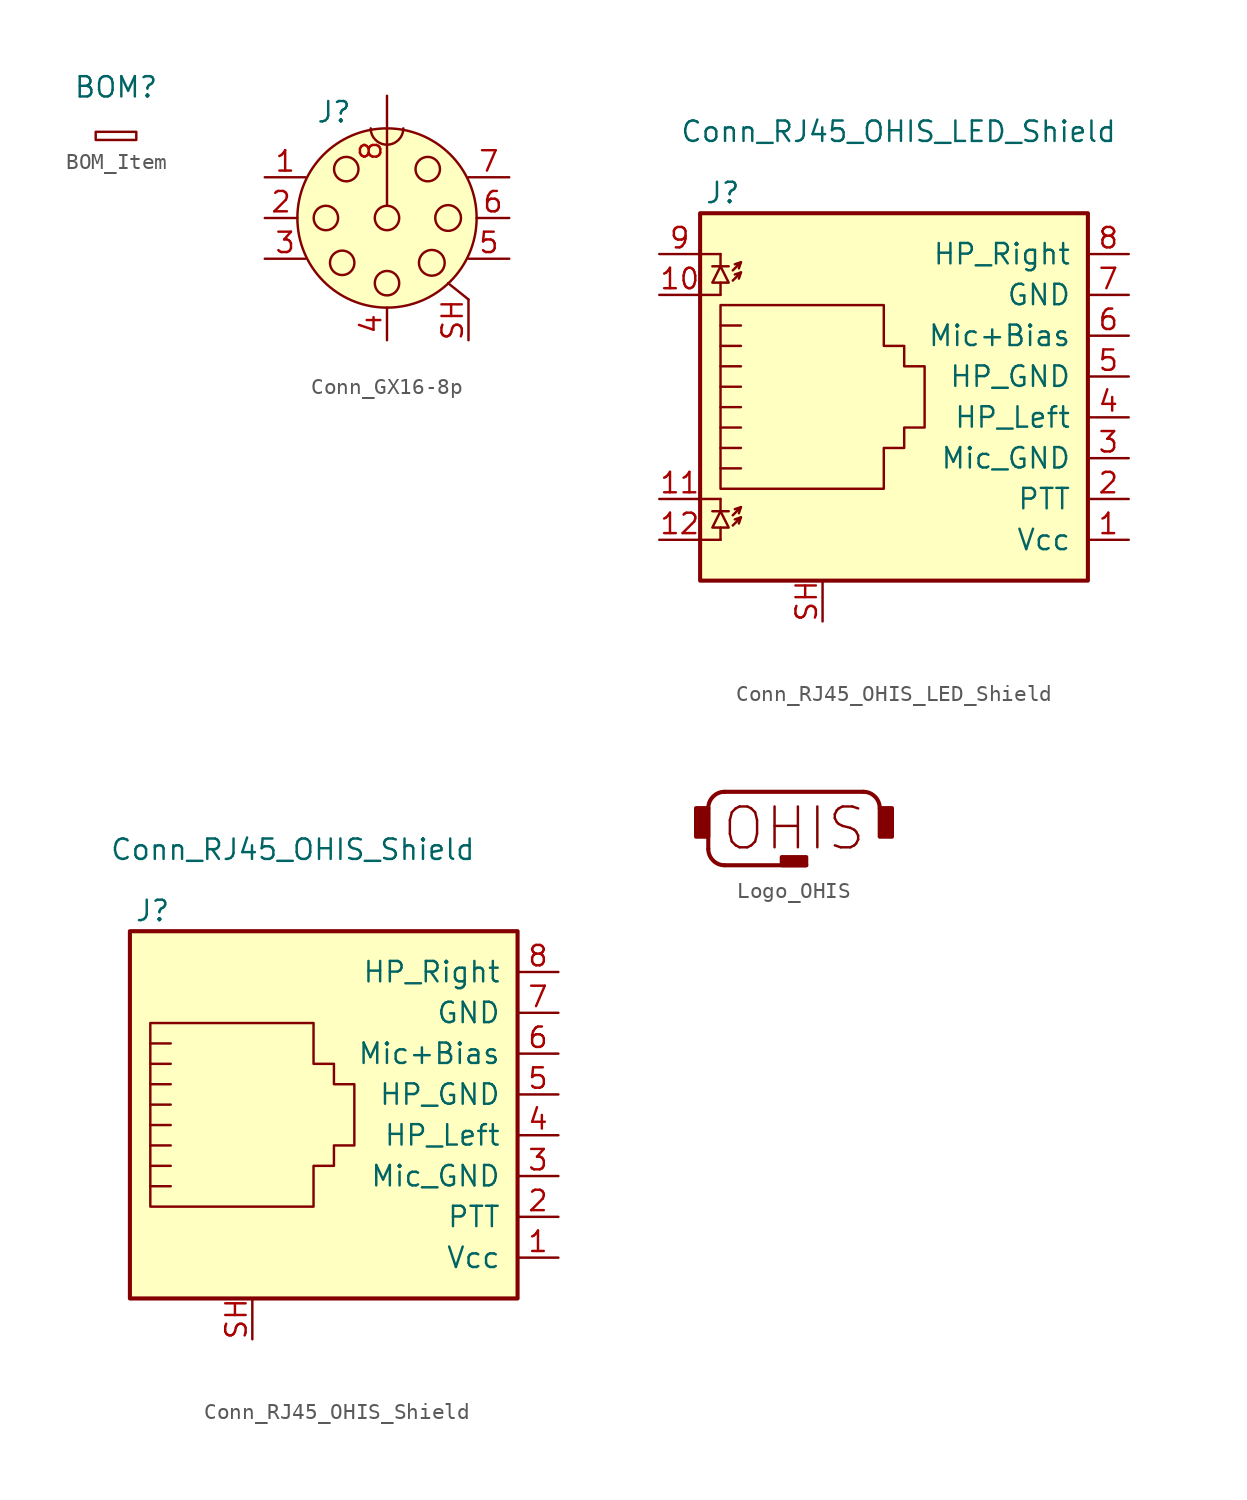
<source format=kicad_sym>
(kicad_symbol_lib
  (version 20231120)
  (generator "kicad_symbol_editor")
  (generator_version "8.0")
  (symbol "BOM_Item"
    (pin_numbers hide)
    (pin_names
      (offset 0) hide)
    (property "Reference" "BOM"
      (at 0 1.778 0)
      (effects (font (size 1.27 1.27))))
    (property "Value" ""
      (at 0 0 0)
      (effects (font (size 1.27 1.27))))
    (symbol "BOM_Item_0_1"
      (rectangle (start -1.27 -1.016) (end 1.27 -1.524) (stroke (width 0) (type default)) (fill (type none)))))
  (symbol "Conn_GX16-8p"
    (property "Reference" "J"
      (at -3.302 6.604 0)
      (effects (font (size 1.27 1.27))))
    (property "Value" ""
      (at 0 0 0)
      (effects (font (size 1.27 1.27))))
    (symbol "Conn_GX16-8p_0_1"
      (circle (center -3.81 0) (radius 0.762) (stroke (width 0) (type default)) (fill (type none)))
      (circle (center -2.794 -2.794) (radius 0.762) (stroke (width 0) (type default)) (fill (type none)))
      (circle (center -2.54 3.048) (radius 0.762) (stroke (width 0) (type default)) (fill (type none)))
      (arc (start -1.016 5.588) (mid 0 4.572) (end 1.016 5.588) (stroke (width 0) (type default)) (fill (type none)))
      (circle (center 0 -4.064) (radius 0.762) (stroke (width 0) (type default)) (fill (type none)))
      (polyline (pts (xy 5.08 -5.08) (xy 3.81 -4.064)) (stroke (width 0) (type default)) (fill (type none)))
      (circle (center 0 0) (radius 0.762) (stroke (width 0) (type default)) (fill (type none)))
      (circle (center 2.54 3.048) (radius 0.762) (stroke (width 0) (type default)) (fill (type none)))
      (circle (center 2.794 -2.794) (radius 0.803) (stroke (width 0) (type default)) (fill (type none)))
      (circle (center 3.81 0) (radius 0.803) (stroke (width 0) (type default)) (fill (type none))))
    (symbol "Conn_GX16-8p_1_1"
      (circle (center 0 0) (radius 5.588) (stroke (width 0) (type default)) (fill (type background)))
      (pin input line (at -7.62 2.54 0) (length 2.54) (name "" (effects (font (size 1.27 1.27)))) (number "1" (effects (font (size 1.27 1.27)))))
      (pin input line (at -7.62 0 0) (length 2.032) (name "" (effects (font (size 1.27 1.27)))) (number "2" (effects (font (size 1.27 1.27)))))
      (pin input line (at -7.62 -2.54 0) (length 2.54) (name "" (effects (font (size 1.27 1.27)))) (number "3" (effects (font (size 1.27 1.27)))))
      (pin input line (at 0 -7.62 90) (length 2.032) (name "" (effects (font (size 1.27 1.27)))) (number "4" (effects (font (size 1.27 1.27)))))
      (pin input line (at 7.62 -2.54 180) (length 2.54) (name "" (effects (font (size 1.27 1.27)))) (number "5" (effects (font (size 1.27 1.27)))))
      (pin input line (at 7.62 0 180) (length 2.032) (name "" (effects (font (size 1.27 1.27)))) (number "6" (effects (font (size 1.27 1.27)))))
      (pin input line (at 7.62 2.54 180) (length 2.54) (name "" (effects (font (size 1.27 1.27)))) (number "7" (effects (font (size 1.27 1.27)))))
      (pin input line (at 0 7.62 270) (length 6.858) (name "" (effects (font (size 1.27 1.27)))) (number "8" (effects (font (size 1.27 1.27)))))
      (pin input line (at 5.08 -7.62 90) (length 2.54) (name "" (effects (font (size 1.27 1.27)))) (number "SH" (effects (font (size 1.27 1.27)))))))
  (symbol "Conn_RJ45_OHIS_LED_Shield"
    (pin_names
      (offset 1.016))
    (property "Reference" "J"
      (at -5.08 13.97 0)
      (effects (font (size 1.27 1.27)) (justify right)))
    (property "Value" "Conn_RJ45_OHIS_LED_Shield"
      (at -8.89 17.78 0)
      (effects (font (size 1.27 1.27)) (justify left)))
    (symbol "Conn_RJ45_OHIS_LED_Shield_0_1"
      (rectangle (start -7.62 12.7) (end 16.51 -10.16) (stroke (width 0.254) (type default)) (fill (type background)))
      (polyline (pts (xy -7.62 -7.62) (xy -6.35 -7.62)) (stroke (width 0) (type default)) (fill (type none)))
      (polyline (pts (xy -7.62 -5.08) (xy -6.35 -5.08)) (stroke (width 0) (type default)) (fill (type none)))
      (polyline (pts (xy -7.62 7.62) (xy -6.35 7.62)) (stroke (width 0) (type default)) (fill (type none)))
      (polyline (pts (xy -7.62 10.16) (xy -6.35 10.16)) (stroke (width 0) (type default)) (fill (type none)))
      (polyline (pts (xy -6.858 -5.842) (xy -5.842 -5.842)) (stroke (width 0) (type default)) (fill (type none)))
      (polyline (pts (xy -6.858 9.398) (xy -5.842 9.398)) (stroke (width 0) (type default)) (fill (type none)))
      (polyline (pts (xy -6.35 -7.62) (xy -6.35 -6.858)) (stroke (width 0) (type default)) (fill (type none)))
      (polyline (pts (xy -6.35 -5.08) (xy -6.35 -5.842)) (stroke (width 0) (type default)) (fill (type none)))
      (polyline (pts (xy -6.35 7.62) (xy -6.35 8.382)) (stroke (width 0) (type default)) (fill (type none)))
      (polyline (pts (xy -6.35 10.16) (xy -6.35 9.398)) (stroke (width 0) (type default)) (fill (type none)))
      (polyline (pts (xy -5.08 -6.223) (xy -5.207 -6.604)) (stroke (width 0) (type default)) (fill (type none)))
      (polyline (pts (xy -5.08 -5.588) (xy -5.207 -5.969)) (stroke (width 0) (type default)) (fill (type none)))
      (polyline (pts (xy -5.08 4.445) (xy -6.35 4.445)) (stroke (width 0) (type default)) (fill (type none)))
      (polyline (pts (xy -5.08 5.715) (xy -6.35 5.715)) (stroke (width 0) (type default)) (fill (type none)))
      (polyline (pts (xy -5.08 9.017) (xy -5.207 8.636)) (stroke (width 0) (type default)) (fill (type none)))
      (polyline (pts (xy -5.08 9.652) (xy -5.207 9.271)) (stroke (width 0) (type default)) (fill (type none)))
      (polyline (pts (xy -6.35 -3.175) (xy -5.08 -3.175) (xy -5.08 -3.175)) (stroke (width 0) (type default)) (fill (type none)))
      (polyline (pts (xy -6.35 -1.905) (xy -5.08 -1.905) (xy -5.08 -1.905)) (stroke (width 0) (type default)) (fill (type none)))
      (polyline (pts (xy -6.35 -0.635) (xy -5.08 -0.635) (xy -5.08 -0.635)) (stroke (width 0) (type default)) (fill (type none)))
      (polyline (pts (xy -6.35 0.635) (xy -5.08 0.635) (xy -5.08 0.635)) (stroke (width 0) (type default)) (fill (type none)))
      (polyline (pts (xy -6.35 1.905) (xy -5.08 1.905) (xy -5.08 1.905)) (stroke (width 0) (type default)) (fill (type none)))
      (polyline (pts (xy -5.588 -6.731) (xy -5.08 -6.223) (xy -5.461 -6.35)) (stroke (width 0) (type default)) (fill (type none)))
      (polyline (pts (xy -5.588 -6.096) (xy -5.08 -5.588) (xy -5.461 -5.715)) (stroke (width 0) (type default)) (fill (type none)))
      (polyline (pts (xy -5.588 8.509) (xy -5.08 9.017) (xy -5.461 8.89)) (stroke (width 0) (type default)) (fill (type none)))
      (polyline (pts (xy -5.588 9.144) (xy -5.08 9.652) (xy -5.461 9.525)) (stroke (width 0) (type default)) (fill (type none)))
      (polyline (pts (xy -5.08 3.175) (xy -6.35 3.175) (xy -6.35 3.175)) (stroke (width 0) (type default)) (fill (type none)))
      (polyline (pts (xy -6.35 -5.842) (xy -6.858 -6.858) (xy -5.842 -6.858) (xy -6.35 -5.842)) (stroke (width 0) (type default)) (fill (type none)))
      (polyline (pts (xy -6.35 9.398) (xy -6.858 8.382) (xy -5.842 8.382) (xy -6.35 9.398)) (stroke (width 0) (type default)) (fill (type none)))
      (polyline (pts (xy -6.35 -4.445) (xy -6.35 6.985) (xy 3.81 6.985) (xy 3.81 4.445) (xy 5.08 4.445) (xy 5.08 3.175) (xy 6.35 3.175) (xy 6.35 -0.635) (xy 5.08 -0.635) (xy 5.08 -1.905) (xy 3.81 -1.905) (xy 3.81 -4.445) (xy -6.35 -4.445) (xy -6.35 -4.445)) (stroke (width 0) (type default)) (fill (type none))))
    (symbol "Conn_RJ45_OHIS_LED_Shield_1_1"
      (pin passive line (at 19.05 -7.62 180) (length 2.54) (name "Vcc" (effects (font (size 1.27 1.27)))) (number "1" (effects (font (size 1.27 1.27)))))
      (pin passive line (at -10.16 7.62 0) (length 2.54) (name "~" (effects (font (size 1.27 1.27)))) (number "10" (effects (font (size 1.27 1.27)))))
      (pin passive line (at -10.16 -5.08 0) (length 2.54) (name "~" (effects (font (size 1.27 1.27)))) (number "11" (effects (font (size 1.27 1.27)))))
      (pin passive line (at -10.16 -7.62 0) (length 2.54) (name "~" (effects (font (size 1.27 1.27)))) (number "12" (effects (font (size 1.27 1.27)))))
      (pin passive line (at 19.05 -5.08 180) (length 2.54) (name "PTT" (effects (font (size 1.27 1.27)))) (number "2" (effects (font (size 1.27 1.27)))))
      (pin passive line (at 19.05 -2.54 180) (length 2.54) (name "Mic_GND" (effects (font (size 1.27 1.27)))) (number "3" (effects (font (size 1.27 1.27)))))
      (pin passive line (at 19.05 0 180) (length 2.54) (name "HP_Left" (effects (font (size 1.27 1.27)))) (number "4" (effects (font (size 1.27 1.27)))))
      (pin passive line (at 19.05 2.54 180) (length 2.54) (name "HP_GND" (effects (font (size 1.27 1.27)))) (number "5" (effects (font (size 1.27 1.27)))))
      (pin passive line (at 19.05 5.08 180) (length 2.54) (name "Mic+Bias" (effects (font (size 1.27 1.27)))) (number "6" (effects (font (size 1.27 1.27)))))
      (pin passive line (at 19.05 7.62 180) (length 2.54) (name "GND" (effects (font (size 1.27 1.27)))) (number "7" (effects (font (size 1.27 1.27)))))
      (pin passive line (at 19.05 10.16 180) (length 2.54) (name "HP_Right" (effects (font (size 1.27 1.27)))) (number "8" (effects (font (size 1.27 1.27)))))
      (pin passive line (at -10.16 10.16 0) (length 2.54) (name "~" (effects (font (size 1.27 1.27)))) (number "9" (effects (font (size 1.27 1.27)))))
      (pin passive line (at 0 -12.7 90) (length 2.54) (name "~" (effects (font (size 1.27 1.27)))) (number "SH" (effects (font (size 1.27 1.27)))))))
  (symbol "Conn_RJ45_OHIS_Shield"
    (pin_names
      (offset 1.016))
    (property "Reference" "J"
      (at -5.08 13.97 0)
      (effects (font (size 1.27 1.27)) (justify right)))
    (property "Value" "Conn_RJ45_OHIS_Shield"
      (at -8.89 17.78 0)
      (effects (font (size 1.27 1.27)) (justify left)))
    (symbol "Conn_RJ45_OHIS_Shield_0_1"
      (rectangle (start -7.62 12.7) (end 16.51 -10.16) (stroke (width 0.254) (type default)) (fill (type background)))
      (polyline (pts (xy -5.08 4.445) (xy -6.35 4.445)) (stroke (width 0) (type default)) (fill (type none)))
      (polyline (pts (xy -5.08 5.715) (xy -6.35 5.715)) (stroke (width 0) (type default)) (fill (type none)))
      (polyline (pts (xy -6.35 -3.175) (xy -5.08 -3.175) (xy -5.08 -3.175)) (stroke (width 0) (type default)) (fill (type none)))
      (polyline (pts (xy -6.35 -1.905) (xy -5.08 -1.905) (xy -5.08 -1.905)) (stroke (width 0) (type default)) (fill (type none)))
      (polyline (pts (xy -6.35 -0.635) (xy -5.08 -0.635) (xy -5.08 -0.635)) (stroke (width 0) (type default)) (fill (type none)))
      (polyline (pts (xy -6.35 0.635) (xy -5.08 0.635) (xy -5.08 0.635)) (stroke (width 0) (type default)) (fill (type none)))
      (polyline (pts (xy -6.35 1.905) (xy -5.08 1.905) (xy -5.08 1.905)) (stroke (width 0) (type default)) (fill (type none)))
      (polyline (pts (xy -5.08 3.175) (xy -6.35 3.175) (xy -6.35 3.175)) (stroke (width 0) (type default)) (fill (type none)))
      (polyline (pts (xy -6.35 -4.445) (xy -6.35 6.985) (xy 3.81 6.985) (xy 3.81 4.445) (xy 5.08 4.445) (xy 5.08 3.175) (xy 6.35 3.175) (xy 6.35 -0.635) (xy 5.08 -0.635) (xy 5.08 -1.905) (xy 3.81 -1.905) (xy 3.81 -4.445) (xy -6.35 -4.445) (xy -6.35 -4.445)) (stroke (width 0) (type default)) (fill (type none))))
    (symbol "Conn_RJ45_OHIS_Shield_1_1"
      (pin passive line (at 19.05 -7.62 180) (length 2.54) (name "Vcc" (effects (font (size 1.27 1.27)))) (number "1" (effects (font (size 1.27 1.27)))))
      (pin passive line (at 19.05 -5.08 180) (length 2.54) (name "PTT" (effects (font (size 1.27 1.27)))) (number "2" (effects (font (size 1.27 1.27)))))
      (pin passive line (at 19.05 -2.54 180) (length 2.54) (name "Mic_GND" (effects (font (size 1.27 1.27)))) (number "3" (effects (font (size 1.27 1.27)))))
      (pin passive line (at 19.05 0 180) (length 2.54) (name "HP_Left" (effects (font (size 1.27 1.27)))) (number "4" (effects (font (size 1.27 1.27)))))
      (pin passive line (at 19.05 2.54 180) (length 2.54) (name "HP_GND" (effects (font (size 1.27 1.27)))) (number "5" (effects (font (size 1.27 1.27)))))
      (pin passive line (at 19.05 5.08 180) (length 2.54) (name "Mic+Bias" (effects (font (size 1.27 1.27)))) (number "6" (effects (font (size 1.27 1.27)))))
      (pin passive line (at 19.05 7.62 180) (length 2.54) (name "GND" (effects (font (size 1.27 1.27)))) (number "7" (effects (font (size 1.27 1.27)))))
      (pin passive line (at 19.05 10.16 180) (length 2.54) (name "HP_Right" (effects (font (size 1.27 1.27)))) (number "8" (effects (font (size 1.27 1.27)))))
      (pin passive line (at 0 -12.7 90) (length 2.54) (name "~" (effects (font (size 1.27 1.27)))) (number "SH" (effects (font (size 1.27 1.27)))))))
  (symbol "Logo_OHIS"
    (property "Reference" "G"
      (at 0 -6.604 0)
      (effects (font (size 1.27 1.27)) (hide yes)))
    (symbol "Logo_OHIS_0_0"
      (rectangle (start -6.096 1.27) (end -5.334 -0.508) (stroke (width 0.254) (type default)) (fill (type outline)))
      (arc (start -5.3341 -1.2701) (mid -5.0365 -1.9885) (end -4.3181 -2.2861) (stroke (width 0.254) (type default)) (fill (type none)))
      (arc (start -4.318 2.286) (mid -5.0364 1.9884) (end -5.334 1.27) (stroke (width 0.254) (type default)) (fill (type none)))
      (rectangle (start -0.762 -1.778) (end 0.762 -2.286) (stroke (width 0.254) (type default)) (fill (type outline)))
      (polyline (pts (xy -5.334 1.27) (xy -5.334 -1.27)) (stroke (width 0.254) (type default)) (fill (type none)))
      (polyline (pts (xy -4.318 -2.286) (xy 0.762 -2.286)) (stroke (width 0.254) (type default)) (fill (type none)))
      (polyline (pts (xy 4.318 2.286) (xy -4.318 2.286)) (stroke (width 0.254) (type default)) (fill (type none)))
      (arc (start 5.3341 1.2701) (mid 5.0365 1.9885) (end 4.3181 2.2861) (stroke (width 0.254) (type default)) (fill (type none)))
      (rectangle (start 5.334 1.27) (end 6.096 -0.508) (stroke (width 0.254) (type default)) (fill (type outline)))
      (text "OHIS" (at 0 0 0) (effects (font (size 2.54 2.54)))))))
</source>
